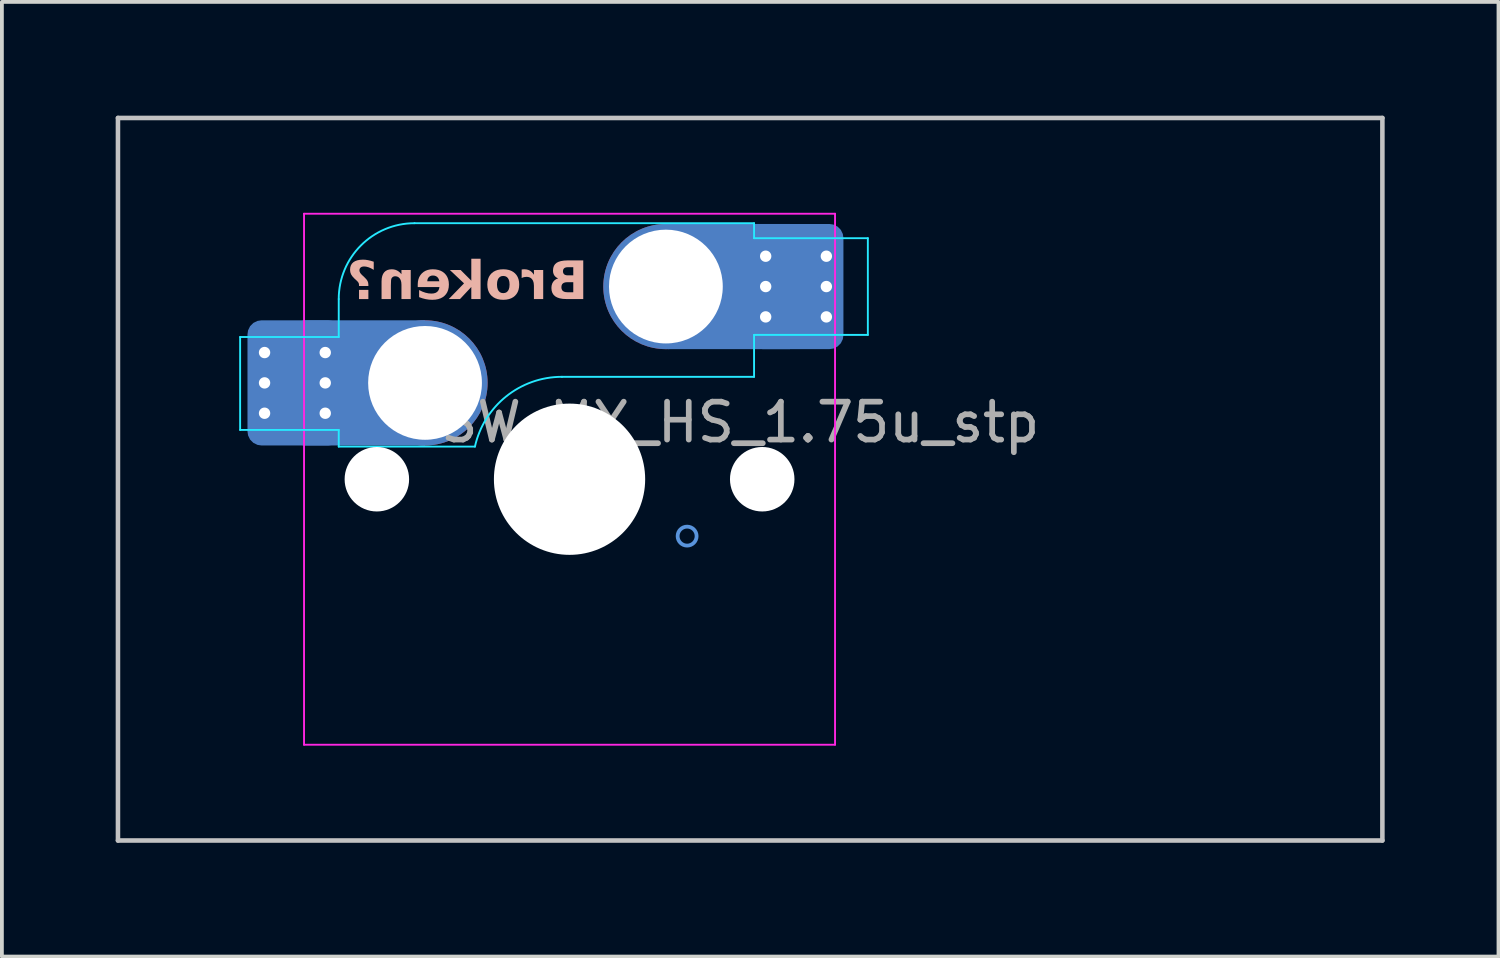
<source format=kicad_pcb>
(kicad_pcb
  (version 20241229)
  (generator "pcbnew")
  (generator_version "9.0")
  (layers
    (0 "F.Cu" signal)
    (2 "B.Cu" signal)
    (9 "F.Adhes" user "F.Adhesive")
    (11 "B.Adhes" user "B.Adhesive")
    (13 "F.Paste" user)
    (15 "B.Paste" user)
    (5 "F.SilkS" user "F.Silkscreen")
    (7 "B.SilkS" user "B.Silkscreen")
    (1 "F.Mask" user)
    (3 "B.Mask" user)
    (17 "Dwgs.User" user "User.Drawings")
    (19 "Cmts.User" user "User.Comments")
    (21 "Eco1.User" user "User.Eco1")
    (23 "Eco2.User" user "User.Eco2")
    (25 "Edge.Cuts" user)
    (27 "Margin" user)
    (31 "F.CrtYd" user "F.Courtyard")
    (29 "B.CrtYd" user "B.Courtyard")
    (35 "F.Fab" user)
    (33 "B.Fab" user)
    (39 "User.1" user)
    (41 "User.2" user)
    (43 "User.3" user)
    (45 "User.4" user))
  (footprint "SW_MX_HS_1.75u_stp"
    (layer "F.Cu")
    (at 11.966 9.585)
    (property "Reference" "SW_MX_HS_1.75u_stp" (at 4.5 -1.5 0) (layer "F.Fab") (effects (font (size 1 1) (thickness 0.15))))
    (attr smd)
    (fp_line (start -11.906 -9.525) (end -11.906 9.525) (stroke (width 0.12) (type solid)) (layer "Dwgs.User"))
    (fp_line (start -11.906 9.525) (end 21.431 9.525) (stroke (width 0.12) (type solid)) (layer "Dwgs.User"))
    (fp_line (start 21.431 -9.525) (end -11.906 -9.525) (stroke (width 0.12) (type solid)) (layer "Dwgs.User"))
    (fp_line (start 21.431 9.525) (end 21.431 -9.525) (stroke (width 0.12) (type solid)) (layer "Dwgs.User"))
    (fp_circle (center 3.1 1.5) (end 3.35 1.5) (stroke (width 0.1) (type default)) (fill no) (layer "Cmts.User"))
    (fp_line (start -7 6.5) (end -7 -6.5) (stroke (width 0.05) (type solid)) (layer "Eco2.User"))
    (fp_line (start -6.5 -7) (end 6.5 -7) (stroke (width 0.05) (type solid)) (layer "Eco2.User"))
    (fp_line (start 6.5 7) (end -6.5 7) (stroke (width 0.05) (type solid)) (layer "Eco2.User"))
    (fp_line (start 7 -6.5) (end 7 6.5) (stroke (width 0.05) (type solid)) (layer "Eco2.User"))
    (fp_arc (start -7 -6.5) (mid -6.853553 -6.853553) (end -6.5 -7) (stroke (width 0.05) (type solid)) (layer "Eco2.User"))
    (fp_arc (start -6.5 7) (mid -6.853553 6.853553) (end -7 6.5) (stroke (width 0.05) (type solid)) (layer "Eco2.User"))
    (fp_arc (start 6.5 -7) (mid 6.853553 -6.853553) (end 7 -6.5) (stroke (width 0.05) (type solid)) (layer "Eco2.User"))
    (fp_arc (start 6.997236 6.498884) (mid 6.850805 6.852453) (end 6.497236 6.998884) (stroke (width 0.05) (type solid)) (layer "Eco2.User"))
    (fp_line (start -8.685 -3.75) (end -8.685 -1.3) (stroke (width 0.05) (type solid)) (layer "B.CrtYd"))
    (fp_line (start -8.685 -1.3) (end -6.085 -1.3) (stroke (width 0.05) (type solid)) (layer "B.CrtYd"))
    (fp_line (start -6.085 -3.75) (end -8.685 -3.75) (stroke (width 0.05) (type solid)) (layer "B.CrtYd"))
    (fp_line (start -6.085 -3.75) (end -6.085 -4.75) (stroke (width 0.05) (type solid)) (layer "B.CrtYd"))
    (fp_line (start -6.085 -1.3) (end -6.085 -0.86) (stroke (width 0.05) (type solid)) (layer "B.CrtYd"))
    (fp_line (start -6.085 -0.86) (end -2.494 -0.86) (stroke (width 0.05) (type solid)) (layer "B.CrtYd"))
    (fp_line (start -4.085 -6.75) (end 4.865 -6.75) (stroke (width 0.05) (type solid)) (layer "B.CrtYd"))
    (fp_line (start 4.865 -6.75) (end 4.865 -6.355) (stroke (width 0.05) (type solid)) (layer "B.CrtYd"))
    (fp_line (start 4.865 -6.355) (end 7.865 -6.355) (stroke (width 0.05) (type solid)) (layer "B.CrtYd"))
    (fp_line (start 4.865 -3.805) (end 4.865 -2.7) (stroke (width 0.05) (type solid)) (layer "B.CrtYd"))
    (fp_line (start 4.865 -3.805) (end 7.865 -3.805) (stroke (width 0.05) (type solid)) (layer "B.CrtYd"))
    (fp_line (start 4.865 -2.7) (end -0.2 -2.7) (stroke (width 0.05) (type solid)) (layer "B.CrtYd"))
    (fp_line (start 7.865 -3.805) (end 7.865 -6.355) (stroke (width 0.05) (type solid)) (layer "B.CrtYd"))
    (fp_arc (start -6.085176 -4.75022) (mid -5.49939 -6.164434) (end -4.085176 -6.75022) (stroke (width 0.05) (type solid)) (layer "B.CrtYd"))
    (fp_arc (start -2.494322 -0.86022) (mid -1.670503 -2.183399) (end -0.2 -2.70022) (stroke (width 0.05) (type solid)) (layer "B.CrtYd"))
    (fp_line (start -7 -7) (end -7 7) (stroke (width 0.05) (type solid)) (layer "F.CrtYd"))
    (fp_line (start -7 7) (end 7 7) (stroke (width 0.05) (type solid)) (layer "F.CrtYd"))
    (fp_line (start 7 -7) (end -7 -7) (stroke (width 0.05) (type solid)) (layer "F.CrtYd"))
    (fp_line (start 7 7) (end 7 -7) (stroke (width 0.05) (type solid)) (layer "F.CrtYd"))
    (fp_text user "Broken?" (at 0.49 -4.58 0) (unlocked yes) (layer "B.SilkS") (effects (font (face "Hitmo2.0") (size 1 1) (thickness 0.25) (bold yes)) (justify left bottom mirror)))
    (pad "" np_thru_hole circle (at -5.08 0) (size 1.7 1.7) (drill 1.7) (layers "*.Cu" "*.Mask"))
    (pad "" np_thru_hole circle (at 0 0) (size 3.988 3.988) (drill 3.988) (layers "*.Cu" "*.Mask"))
    (pad "" np_thru_hole circle (at 5.08 0) (size 1.7 1.7) (drill 1.7) (layers "*.Cu" "*.Mask"))
    (pad "1" thru_hole circle (at -8.041 -3.34 180) (size 0.6 0.6) (drill 0.3) (layers "*.Cu"))
    (pad "1" thru_hole circle (at -8.041 -2.54 180) (size 0.6 0.6) (drill 0.3) (layers "*.Cu"))
    (pad "1" thru_hole circle (at -8.041 -1.74 180) (size 0.6 0.6) (drill 0.3) (layers "*.Cu"))
    (pad "1" smd roundrect (at -7.241 -2.54 180) (size 2.2 3) (layers "B.Cu" "B.Mask" "B.Paste") (roundrect_rratio 0.114))
    (pad "1" smd roundrect (at -7.241 -2.54 180) (size 2.5 3.3) (layers "B.Cu") (roundrect_rratio 0.148))
    (pad "1" thru_hole circle (at -6.441 -3.34 180) (size 0.6 0.6) (drill 0.3) (layers "*.Cu"))
    (pad "1" thru_hole circle (at -6.441 -2.54 180) (size 0.6 0.6) (drill 0.3) (layers "*.Cu"))
    (pad "1" thru_hole circle (at -6.441 -1.74 180) (size 0.6 0.6) (drill 0.3) (layers "*.Cu"))
    (pad "1" smd rect (at -5.423 -2.54 180) (size 3.226 3.3) (layers "B.Cu"))
    (pad "1" thru_hole circle (at -3.81 -2.54 180) (size 3 3) (drill 3) (layers "*.Cu" "*.Mask"))
    (pad "1" smd circle (at -3.81 -2.54 180) (size 3.3 3.3) (layers "F.Cu"))
    (pad "1" smd circle (at -3.81 -2.54 180) (size 3.3 3.3) (layers "B.Cu"))
    (pad "2" thru_hole circle (at 2.54 -5.08) (size 3 3) (drill 3) (layers "*.Cu" "*.Mask"))
    (pad "2" smd circle (at 2.54 -5.08 180) (size 3.3 3.3) (layers "F.Cu"))
    (pad "2" smd circle (at 2.54 -5.08 180) (size 3.3 3.3) (layers "B.Cu"))
    (pad "2" smd rect (at 4.201 -5.08) (size 3.226 3.3) (layers "B.Cu"))
    (pad "2" thru_hole circle (at 5.171 -5.88) (size 0.6 0.6) (drill 0.3) (layers "*.Cu"))
    (pad "2" thru_hole circle (at 5.171 -5.08) (size 0.6 0.6) (drill 0.3) (layers "*.Cu"))
    (pad "2" thru_hole circle (at 5.171 -4.28) (size 0.6 0.6) (drill 0.3) (layers "*.Cu"))
    (pad "2" smd roundrect (at 5.971 -5.08) (size 2.2 3) (layers "B.Cu" "B.Mask" "B.Paste") (roundrect_rratio 0.114))
    (pad "2" smd roundrect (at 5.971 -5.08) (size 2.5 3.3) (layers "B.Cu") (roundrect_rratio 0.148))
    (pad "2" thru_hole circle (at 6.771 -5.88) (size 0.6 0.6) (drill 0.3) (layers "*.Cu"))
    (pad "2" thru_hole circle (at 6.771 -5.08) (size 0.6 0.6) (drill 0.3) (layers "*.Cu"))
    (pad "2" thru_hole circle (at 6.771 -4.28) (size 0.6 0.6) (drill 0.3) (layers "*.Cu")))
  (gr_rect
    (start -3 -3)
    (end 36.458 22.17)
    (stroke (width 0.1) (type default))
    (fill no)
    (layer "Edge.Cuts")))
</source>
